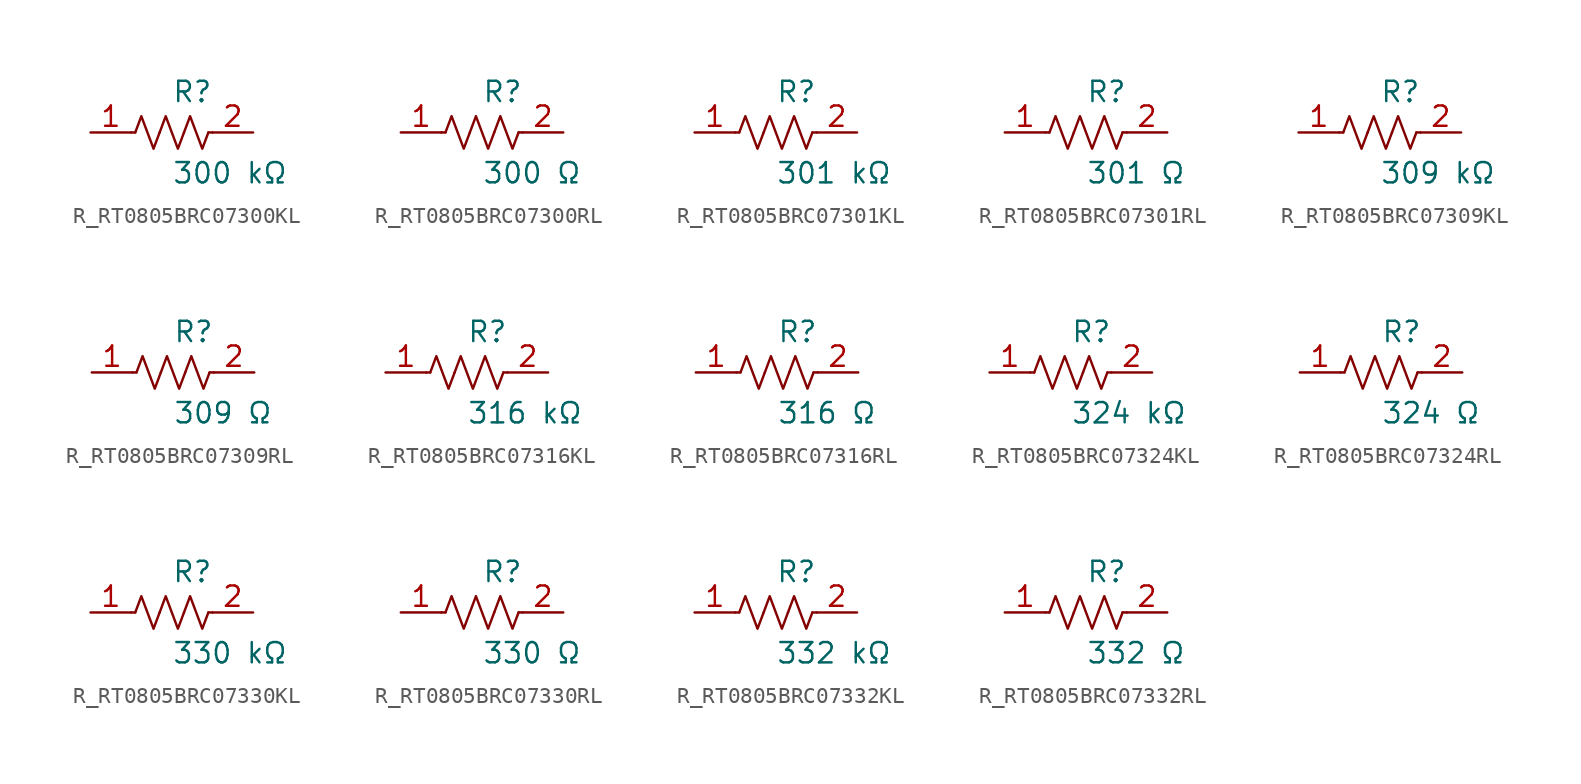
<source format=kicad_sym>
(kicad_symbol_lib
  (version 20231120)
  (generator kicad_symbol_editor)
  (generator_version 8.0)
  (symbol "R_RT0805BRC07300KL"
    (pin_names
      (offset 0.254))
    (property "Reference" "R"
      (at 0 2.54 0)
      (effects (font (size 1.27 1.27)) (justify left)))
    (property "Value" "300 kΩ"
      (at 0 -2.54 0)
      (effects (font (size 1.27 1.27)) (justify left)))
    (symbol "R_RT0805BRC07300KL_0_1"
      (polyline (pts (xy 2.286 0) (xy 2.54 0)) (stroke (width 0) (type default)) (fill (type none)))
      (polyline (pts (xy -2.286 0) (xy -2.54 0)) (stroke (width 0) (type default)) (fill (type none)))
      (polyline (pts (xy 0.762 0) (xy 1.143 1.016) (xy 1.524 0) (xy 1.905 -1.016) (xy 2.286 0)) (stroke (width 0) (type default)) (fill (type none)))
      (polyline (pts (xy -0.762 0) (xy -0.381 1.016) (xy 0 0) (xy 0.381 -1.016) (xy 0.762 0)) (stroke (width 0) (type default)) (fill (type none)))
      (polyline (pts (xy -2.286 0) (xy -1.905 1.016) (xy -1.524 0) (xy -1.143 -1.016) (xy -0.762 0)) (stroke (width 0) (type default)) (fill (type none))))
    (pin unspecified line
      (at -5.08 0 0)
      (length 2.54)
      (name "" (effects (font (size 1.27 1.27))))
      (number "1" (effects (font (size 1.27 1.27)))))
    (pin unspecified line
      (at 5.08 0 180)
      (length 2.54)
      (name "" (effects (font (size 1.27 1.27))))
      (number "2" (effects (font (size 1.27 1.27))))))
  (symbol "R_RT0805BRC07300RL"
    (pin_names
      (offset 0.254))
    (property "Reference" "R"
      (at 0 2.54 0)
      (effects (font (size 1.27 1.27)) (justify left)))
    (property "Value" "300 Ω"
      (at 0 -2.54 0)
      (effects (font (size 1.27 1.27)) (justify left)))
    (symbol "R_RT0805BRC07300RL_0_1"
      (polyline (pts (xy 2.286 0) (xy 2.54 0)) (stroke (width 0) (type default)) (fill (type none)))
      (polyline (pts (xy -2.286 0) (xy -2.54 0)) (stroke (width 0) (type default)) (fill (type none)))
      (polyline (pts (xy 0.762 0) (xy 1.143 1.016) (xy 1.524 0) (xy 1.905 -1.016) (xy 2.286 0)) (stroke (width 0) (type default)) (fill (type none)))
      (polyline (pts (xy -0.762 0) (xy -0.381 1.016) (xy 0 0) (xy 0.381 -1.016) (xy 0.762 0)) (stroke (width 0) (type default)) (fill (type none)))
      (polyline (pts (xy -2.286 0) (xy -1.905 1.016) (xy -1.524 0) (xy -1.143 -1.016) (xy -0.762 0)) (stroke (width 0) (type default)) (fill (type none))))
    (pin unspecified line
      (at -5.08 0 0)
      (length 2.54)
      (name "" (effects (font (size 1.27 1.27))))
      (number "1" (effects (font (size 1.27 1.27)))))
    (pin unspecified line
      (at 5.08 0 180)
      (length 2.54)
      (name "" (effects (font (size 1.27 1.27))))
      (number "2" (effects (font (size 1.27 1.27))))))
  (symbol "R_RT0805BRC07301KL"
    (pin_names
      (offset 0.254))
    (property "Reference" "R"
      (at 0 2.54 0)
      (effects (font (size 1.27 1.27)) (justify left)))
    (property "Value" "301 kΩ"
      (at 0 -2.54 0)
      (effects (font (size 1.27 1.27)) (justify left)))
    (symbol "R_RT0805BRC07301KL_0_1"
      (polyline (pts (xy 2.286 0) (xy 2.54 0)) (stroke (width 0) (type default)) (fill (type none)))
      (polyline (pts (xy -2.286 0) (xy -2.54 0)) (stroke (width 0) (type default)) (fill (type none)))
      (polyline (pts (xy 0.762 0) (xy 1.143 1.016) (xy 1.524 0) (xy 1.905 -1.016) (xy 2.286 0)) (stroke (width 0) (type default)) (fill (type none)))
      (polyline (pts (xy -0.762 0) (xy -0.381 1.016) (xy 0 0) (xy 0.381 -1.016) (xy 0.762 0)) (stroke (width 0) (type default)) (fill (type none)))
      (polyline (pts (xy -2.286 0) (xy -1.905 1.016) (xy -1.524 0) (xy -1.143 -1.016) (xy -0.762 0)) (stroke (width 0) (type default)) (fill (type none))))
    (pin unspecified line
      (at -5.08 0 0)
      (length 2.54)
      (name "" (effects (font (size 1.27 1.27))))
      (number "1" (effects (font (size 1.27 1.27)))))
    (pin unspecified line
      (at 5.08 0 180)
      (length 2.54)
      (name "" (effects (font (size 1.27 1.27))))
      (number "2" (effects (font (size 1.27 1.27))))))
  (symbol "R_RT0805BRC07301RL"
    (pin_names
      (offset 0.254))
    (property "Reference" "R"
      (at 0 2.54 0)
      (effects (font (size 1.27 1.27)) (justify left)))
    (property "Value" "301 Ω"
      (at 0 -2.54 0)
      (effects (font (size 1.27 1.27)) (justify left)))
    (symbol "R_RT0805BRC07301RL_0_1"
      (polyline (pts (xy 2.286 0) (xy 2.54 0)) (stroke (width 0) (type default)) (fill (type none)))
      (polyline (pts (xy -2.286 0) (xy -2.54 0)) (stroke (width 0) (type default)) (fill (type none)))
      (polyline (pts (xy 0.762 0) (xy 1.143 1.016) (xy 1.524 0) (xy 1.905 -1.016) (xy 2.286 0)) (stroke (width 0) (type default)) (fill (type none)))
      (polyline (pts (xy -0.762 0) (xy -0.381 1.016) (xy 0 0) (xy 0.381 -1.016) (xy 0.762 0)) (stroke (width 0) (type default)) (fill (type none)))
      (polyline (pts (xy -2.286 0) (xy -1.905 1.016) (xy -1.524 0) (xy -1.143 -1.016) (xy -0.762 0)) (stroke (width 0) (type default)) (fill (type none))))
    (pin unspecified line
      (at -5.08 0 0)
      (length 2.54)
      (name "" (effects (font (size 1.27 1.27))))
      (number "1" (effects (font (size 1.27 1.27)))))
    (pin unspecified line
      (at 5.08 0 180)
      (length 2.54)
      (name "" (effects (font (size 1.27 1.27))))
      (number "2" (effects (font (size 1.27 1.27))))))
  (symbol "R_RT0805BRC07309KL"
    (pin_names
      (offset 0.254))
    (property "Reference" "R"
      (at 0 2.54 0)
      (effects (font (size 1.27 1.27)) (justify left)))
    (property "Value" "309 kΩ"
      (at 0 -2.54 0)
      (effects (font (size 1.27 1.27)) (justify left)))
    (symbol "R_RT0805BRC07309KL_0_1"
      (polyline (pts (xy 2.286 0) (xy 2.54 0)) (stroke (width 0) (type default)) (fill (type none)))
      (polyline (pts (xy -2.286 0) (xy -2.54 0)) (stroke (width 0) (type default)) (fill (type none)))
      (polyline (pts (xy 0.762 0) (xy 1.143 1.016) (xy 1.524 0) (xy 1.905 -1.016) (xy 2.286 0)) (stroke (width 0) (type default)) (fill (type none)))
      (polyline (pts (xy -0.762 0) (xy -0.381 1.016) (xy 0 0) (xy 0.381 -1.016) (xy 0.762 0)) (stroke (width 0) (type default)) (fill (type none)))
      (polyline (pts (xy -2.286 0) (xy -1.905 1.016) (xy -1.524 0) (xy -1.143 -1.016) (xy -0.762 0)) (stroke (width 0) (type default)) (fill (type none))))
    (pin unspecified line
      (at -5.08 0 0)
      (length 2.54)
      (name "" (effects (font (size 1.27 1.27))))
      (number "1" (effects (font (size 1.27 1.27)))))
    (pin unspecified line
      (at 5.08 0 180)
      (length 2.54)
      (name "" (effects (font (size 1.27 1.27))))
      (number "2" (effects (font (size 1.27 1.27))))))
  (symbol "R_RT0805BRC07309RL"
    (pin_names
      (offset 0.254))
    (property "Reference" "R"
      (at 0 2.54 0)
      (effects (font (size 1.27 1.27)) (justify left)))
    (property "Value" "309 Ω"
      (at 0 -2.54 0)
      (effects (font (size 1.27 1.27)) (justify left)))
    (symbol "R_RT0805BRC07309RL_0_1"
      (polyline (pts (xy 2.286 0) (xy 2.54 0)) (stroke (width 0) (type default)) (fill (type none)))
      (polyline (pts (xy -2.286 0) (xy -2.54 0)) (stroke (width 0) (type default)) (fill (type none)))
      (polyline (pts (xy 0.762 0) (xy 1.143 1.016) (xy 1.524 0) (xy 1.905 -1.016) (xy 2.286 0)) (stroke (width 0) (type default)) (fill (type none)))
      (polyline (pts (xy -0.762 0) (xy -0.381 1.016) (xy 0 0) (xy 0.381 -1.016) (xy 0.762 0)) (stroke (width 0) (type default)) (fill (type none)))
      (polyline (pts (xy -2.286 0) (xy -1.905 1.016) (xy -1.524 0) (xy -1.143 -1.016) (xy -0.762 0)) (stroke (width 0) (type default)) (fill (type none))))
    (pin unspecified line
      (at -5.08 0 0)
      (length 2.54)
      (name "" (effects (font (size 1.27 1.27))))
      (number "1" (effects (font (size 1.27 1.27)))))
    (pin unspecified line
      (at 5.08 0 180)
      (length 2.54)
      (name "" (effects (font (size 1.27 1.27))))
      (number "2" (effects (font (size 1.27 1.27))))))
  (symbol "R_RT0805BRC07316KL"
    (pin_names
      (offset 0.254))
    (property "Reference" "R"
      (at 0 2.54 0)
      (effects (font (size 1.27 1.27)) (justify left)))
    (property "Value" "316 kΩ"
      (at 0 -2.54 0)
      (effects (font (size 1.27 1.27)) (justify left)))
    (symbol "R_RT0805BRC07316KL_0_1"
      (polyline (pts (xy 2.286 0) (xy 2.54 0)) (stroke (width 0) (type default)) (fill (type none)))
      (polyline (pts (xy -2.286 0) (xy -2.54 0)) (stroke (width 0) (type default)) (fill (type none)))
      (polyline (pts (xy 0.762 0) (xy 1.143 1.016) (xy 1.524 0) (xy 1.905 -1.016) (xy 2.286 0)) (stroke (width 0) (type default)) (fill (type none)))
      (polyline (pts (xy -0.762 0) (xy -0.381 1.016) (xy 0 0) (xy 0.381 -1.016) (xy 0.762 0)) (stroke (width 0) (type default)) (fill (type none)))
      (polyline (pts (xy -2.286 0) (xy -1.905 1.016) (xy -1.524 0) (xy -1.143 -1.016) (xy -0.762 0)) (stroke (width 0) (type default)) (fill (type none))))
    (pin unspecified line
      (at -5.08 0 0)
      (length 2.54)
      (name "" (effects (font (size 1.27 1.27))))
      (number "1" (effects (font (size 1.27 1.27)))))
    (pin unspecified line
      (at 5.08 0 180)
      (length 2.54)
      (name "" (effects (font (size 1.27 1.27))))
      (number "2" (effects (font (size 1.27 1.27))))))
  (symbol "R_RT0805BRC07316RL"
    (pin_names
      (offset 0.254))
    (property "Reference" "R"
      (at 0 2.54 0)
      (effects (font (size 1.27 1.27)) (justify left)))
    (property "Value" "316 Ω"
      (at 0 -2.54 0)
      (effects (font (size 1.27 1.27)) (justify left)))
    (symbol "R_RT0805BRC07316RL_0_1"
      (polyline (pts (xy 2.286 0) (xy 2.54 0)) (stroke (width 0) (type default)) (fill (type none)))
      (polyline (pts (xy -2.286 0) (xy -2.54 0)) (stroke (width 0) (type default)) (fill (type none)))
      (polyline (pts (xy 0.762 0) (xy 1.143 1.016) (xy 1.524 0) (xy 1.905 -1.016) (xy 2.286 0)) (stroke (width 0) (type default)) (fill (type none)))
      (polyline (pts (xy -0.762 0) (xy -0.381 1.016) (xy 0 0) (xy 0.381 -1.016) (xy 0.762 0)) (stroke (width 0) (type default)) (fill (type none)))
      (polyline (pts (xy -2.286 0) (xy -1.905 1.016) (xy -1.524 0) (xy -1.143 -1.016) (xy -0.762 0)) (stroke (width 0) (type default)) (fill (type none))))
    (pin unspecified line
      (at -5.08 0 0)
      (length 2.54)
      (name "" (effects (font (size 1.27 1.27))))
      (number "1" (effects (font (size 1.27 1.27)))))
    (pin unspecified line
      (at 5.08 0 180)
      (length 2.54)
      (name "" (effects (font (size 1.27 1.27))))
      (number "2" (effects (font (size 1.27 1.27))))))
  (symbol "R_RT0805BRC07324KL"
    (pin_names
      (offset 0.254))
    (property "Reference" "R"
      (at 0 2.54 0)
      (effects (font (size 1.27 1.27)) (justify left)))
    (property "Value" "324 kΩ"
      (at 0 -2.54 0)
      (effects (font (size 1.27 1.27)) (justify left)))
    (symbol "R_RT0805BRC07324KL_0_1"
      (polyline (pts (xy 2.286 0) (xy 2.54 0)) (stroke (width 0) (type default)) (fill (type none)))
      (polyline (pts (xy -2.286 0) (xy -2.54 0)) (stroke (width 0) (type default)) (fill (type none)))
      (polyline (pts (xy 0.762 0) (xy 1.143 1.016) (xy 1.524 0) (xy 1.905 -1.016) (xy 2.286 0)) (stroke (width 0) (type default)) (fill (type none)))
      (polyline (pts (xy -0.762 0) (xy -0.381 1.016) (xy 0 0) (xy 0.381 -1.016) (xy 0.762 0)) (stroke (width 0) (type default)) (fill (type none)))
      (polyline (pts (xy -2.286 0) (xy -1.905 1.016) (xy -1.524 0) (xy -1.143 -1.016) (xy -0.762 0)) (stroke (width 0) (type default)) (fill (type none))))
    (pin unspecified line
      (at -5.08 0 0)
      (length 2.54)
      (name "" (effects (font (size 1.27 1.27))))
      (number "1" (effects (font (size 1.27 1.27)))))
    (pin unspecified line
      (at 5.08 0 180)
      (length 2.54)
      (name "" (effects (font (size 1.27 1.27))))
      (number "2" (effects (font (size 1.27 1.27))))))
  (symbol "R_RT0805BRC07324RL"
    (pin_names
      (offset 0.254))
    (property "Reference" "R"
      (at 0 2.54 0)
      (effects (font (size 1.27 1.27)) (justify left)))
    (property "Value" "324 Ω"
      (at 0 -2.54 0)
      (effects (font (size 1.27 1.27)) (justify left)))
    (symbol "R_RT0805BRC07324RL_0_1"
      (polyline (pts (xy 2.286 0) (xy 2.54 0)) (stroke (width 0) (type default)) (fill (type none)))
      (polyline (pts (xy -2.286 0) (xy -2.54 0)) (stroke (width 0) (type default)) (fill (type none)))
      (polyline (pts (xy 0.762 0) (xy 1.143 1.016) (xy 1.524 0) (xy 1.905 -1.016) (xy 2.286 0)) (stroke (width 0) (type default)) (fill (type none)))
      (polyline (pts (xy -0.762 0) (xy -0.381 1.016) (xy 0 0) (xy 0.381 -1.016) (xy 0.762 0)) (stroke (width 0) (type default)) (fill (type none)))
      (polyline (pts (xy -2.286 0) (xy -1.905 1.016) (xy -1.524 0) (xy -1.143 -1.016) (xy -0.762 0)) (stroke (width 0) (type default)) (fill (type none))))
    (pin unspecified line
      (at -5.08 0 0)
      (length 2.54)
      (name "" (effects (font (size 1.27 1.27))))
      (number "1" (effects (font (size 1.27 1.27)))))
    (pin unspecified line
      (at 5.08 0 180)
      (length 2.54)
      (name "" (effects (font (size 1.27 1.27))))
      (number "2" (effects (font (size 1.27 1.27))))))
  (symbol "R_RT0805BRC07330KL"
    (pin_names
      (offset 0.254))
    (property "Reference" "R"
      (at 0 2.54 0)
      (effects (font (size 1.27 1.27)) (justify left)))
    (property "Value" "330 kΩ"
      (at 0 -2.54 0)
      (effects (font (size 1.27 1.27)) (justify left)))
    (symbol "R_RT0805BRC07330KL_0_1"
      (polyline (pts (xy 2.286 0) (xy 2.54 0)) (stroke (width 0) (type default)) (fill (type none)))
      (polyline (pts (xy -2.286 0) (xy -2.54 0)) (stroke (width 0) (type default)) (fill (type none)))
      (polyline (pts (xy 0.762 0) (xy 1.143 1.016) (xy 1.524 0) (xy 1.905 -1.016) (xy 2.286 0)) (stroke (width 0) (type default)) (fill (type none)))
      (polyline (pts (xy -0.762 0) (xy -0.381 1.016) (xy 0 0) (xy 0.381 -1.016) (xy 0.762 0)) (stroke (width 0) (type default)) (fill (type none)))
      (polyline (pts (xy -2.286 0) (xy -1.905 1.016) (xy -1.524 0) (xy -1.143 -1.016) (xy -0.762 0)) (stroke (width 0) (type default)) (fill (type none))))
    (pin unspecified line
      (at -5.08 0 0)
      (length 2.54)
      (name "" (effects (font (size 1.27 1.27))))
      (number "1" (effects (font (size 1.27 1.27)))))
    (pin unspecified line
      (at 5.08 0 180)
      (length 2.54)
      (name "" (effects (font (size 1.27 1.27))))
      (number "2" (effects (font (size 1.27 1.27))))))
  (symbol "R_RT0805BRC07330RL"
    (pin_names
      (offset 0.254))
    (property "Reference" "R"
      (at 0 2.54 0)
      (effects (font (size 1.27 1.27)) (justify left)))
    (property "Value" "330 Ω"
      (at 0 -2.54 0)
      (effects (font (size 1.27 1.27)) (justify left)))
    (symbol "R_RT0805BRC07330RL_0_1"
      (polyline (pts (xy 2.286 0) (xy 2.54 0)) (stroke (width 0) (type default)) (fill (type none)))
      (polyline (pts (xy -2.286 0) (xy -2.54 0)) (stroke (width 0) (type default)) (fill (type none)))
      (polyline (pts (xy 0.762 0) (xy 1.143 1.016) (xy 1.524 0) (xy 1.905 -1.016) (xy 2.286 0)) (stroke (width 0) (type default)) (fill (type none)))
      (polyline (pts (xy -0.762 0) (xy -0.381 1.016) (xy 0 0) (xy 0.381 -1.016) (xy 0.762 0)) (stroke (width 0) (type default)) (fill (type none)))
      (polyline (pts (xy -2.286 0) (xy -1.905 1.016) (xy -1.524 0) (xy -1.143 -1.016) (xy -0.762 0)) (stroke (width 0) (type default)) (fill (type none))))
    (pin unspecified line
      (at -5.08 0 0)
      (length 2.54)
      (name "" (effects (font (size 1.27 1.27))))
      (number "1" (effects (font (size 1.27 1.27)))))
    (pin unspecified line
      (at 5.08 0 180)
      (length 2.54)
      (name "" (effects (font (size 1.27 1.27))))
      (number "2" (effects (font (size 1.27 1.27))))))
  (symbol "R_RT0805BRC07332KL"
    (pin_names
      (offset 0.254))
    (property "Reference" "R"
      (at 0 2.54 0)
      (effects (font (size 1.27 1.27)) (justify left)))
    (property "Value" "332 kΩ"
      (at 0 -2.54 0)
      (effects (font (size 1.27 1.27)) (justify left)))
    (symbol "R_RT0805BRC07332KL_0_1"
      (polyline (pts (xy 2.286 0) (xy 2.54 0)) (stroke (width 0) (type default)) (fill (type none)))
      (polyline (pts (xy -2.286 0) (xy -2.54 0)) (stroke (width 0) (type default)) (fill (type none)))
      (polyline (pts (xy 0.762 0) (xy 1.143 1.016) (xy 1.524 0) (xy 1.905 -1.016) (xy 2.286 0)) (stroke (width 0) (type default)) (fill (type none)))
      (polyline (pts (xy -0.762 0) (xy -0.381 1.016) (xy 0 0) (xy 0.381 -1.016) (xy 0.762 0)) (stroke (width 0) (type default)) (fill (type none)))
      (polyline (pts (xy -2.286 0) (xy -1.905 1.016) (xy -1.524 0) (xy -1.143 -1.016) (xy -0.762 0)) (stroke (width 0) (type default)) (fill (type none))))
    (pin unspecified line
      (at -5.08 0 0)
      (length 2.54)
      (name "" (effects (font (size 1.27 1.27))))
      (number "1" (effects (font (size 1.27 1.27)))))
    (pin unspecified line
      (at 5.08 0 180)
      (length 2.54)
      (name "" (effects (font (size 1.27 1.27))))
      (number "2" (effects (font (size 1.27 1.27))))))
  (symbol "R_RT0805BRC07332RL"
    (pin_names
      (offset 0.254))
    (property "Reference" "R"
      (at 0 2.54 0)
      (effects (font (size 1.27 1.27)) (justify left)))
    (property "Value" "332 Ω"
      (at 0 -2.54 0)
      (effects (font (size 1.27 1.27)) (justify left)))
    (symbol "R_RT0805BRC07332RL_0_1"
      (polyline (pts (xy 2.286 0) (xy 2.54 0)) (stroke (width 0) (type default)) (fill (type none)))
      (polyline (pts (xy -2.286 0) (xy -2.54 0)) (stroke (width 0) (type default)) (fill (type none)))
      (polyline (pts (xy 0.762 0) (xy 1.143 1.016) (xy 1.524 0) (xy 1.905 -1.016) (xy 2.286 0)) (stroke (width 0) (type default)) (fill (type none)))
      (polyline (pts (xy -0.762 0) (xy -0.381 1.016) (xy 0 0) (xy 0.381 -1.016) (xy 0.762 0)) (stroke (width 0) (type default)) (fill (type none)))
      (polyline (pts (xy -2.286 0) (xy -1.905 1.016) (xy -1.524 0) (xy -1.143 -1.016) (xy -0.762 0)) (stroke (width 0) (type default)) (fill (type none))))
    (pin unspecified line
      (at -5.08 0 0)
      (length 2.54)
      (name "" (effects (font (size 1.27 1.27))))
      (number "1" (effects (font (size 1.27 1.27)))))
    (pin unspecified line
      (at 5.08 0 180)
      (length 2.54)
      (name "" (effects (font (size 1.27 1.27))))
      (number "2" (effects (font (size 1.27 1.27)))))))
</source>
